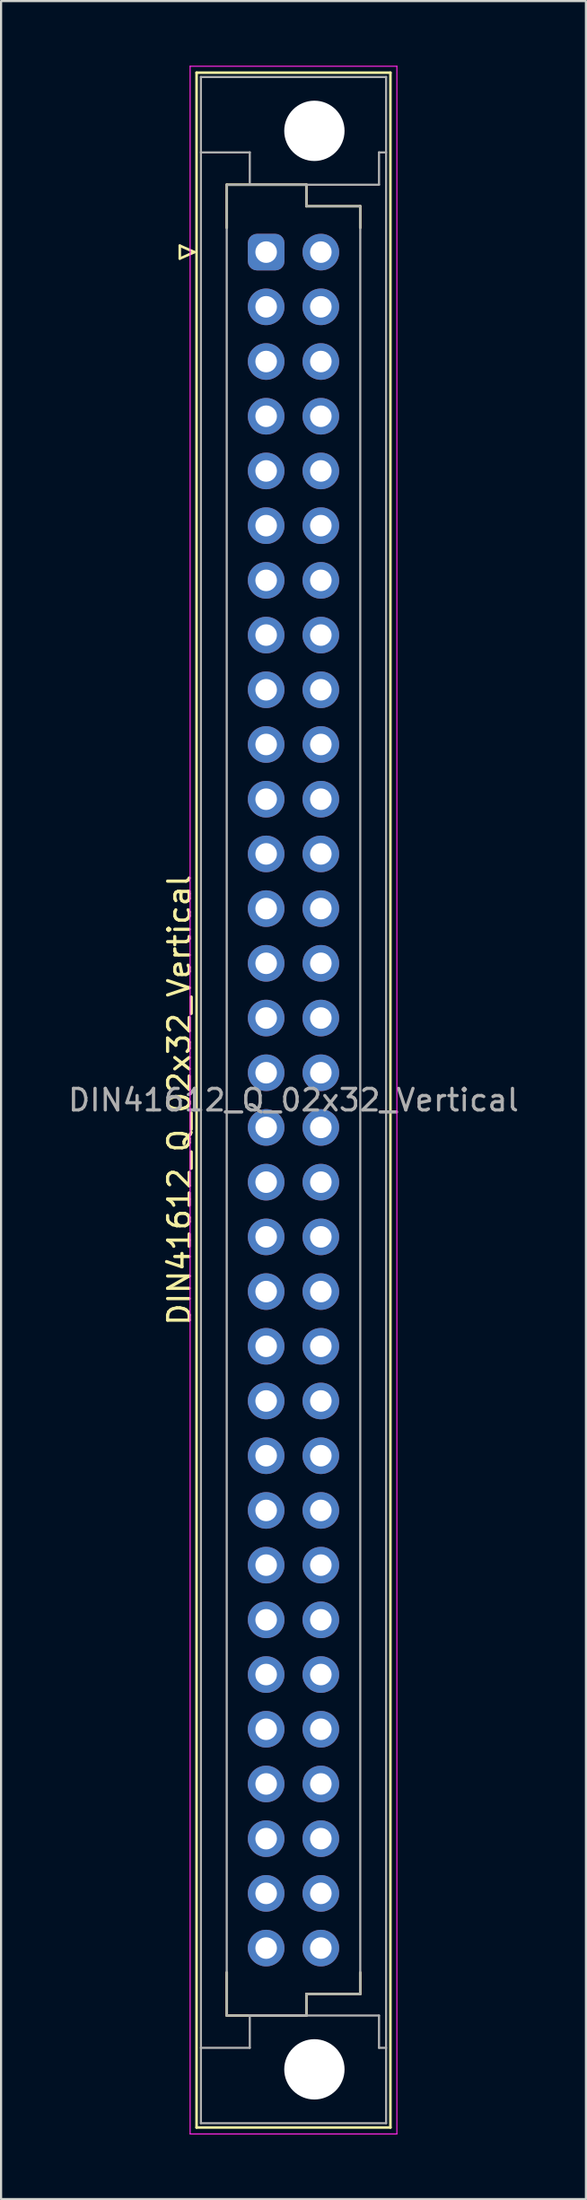
<source format=kicad_pcb>
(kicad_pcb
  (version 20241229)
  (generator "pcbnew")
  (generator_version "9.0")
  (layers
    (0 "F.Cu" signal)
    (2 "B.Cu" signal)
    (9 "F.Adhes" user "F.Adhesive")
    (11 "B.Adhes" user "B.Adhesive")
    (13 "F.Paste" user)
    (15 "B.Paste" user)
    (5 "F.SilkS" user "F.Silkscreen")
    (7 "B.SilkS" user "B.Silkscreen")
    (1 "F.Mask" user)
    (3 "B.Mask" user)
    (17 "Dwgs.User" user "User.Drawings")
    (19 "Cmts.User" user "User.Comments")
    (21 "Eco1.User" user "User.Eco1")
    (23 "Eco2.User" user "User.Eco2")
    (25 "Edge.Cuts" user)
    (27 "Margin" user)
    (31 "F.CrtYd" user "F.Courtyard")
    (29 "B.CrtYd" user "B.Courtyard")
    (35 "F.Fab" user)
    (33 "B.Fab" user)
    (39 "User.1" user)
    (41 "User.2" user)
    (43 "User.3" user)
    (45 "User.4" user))
  (footprint "DIN41612_Q_02x32_Vertical"
    (layer "F.Cu")
    (at 9.307 8.655)
    (property "Reference" "DIN41612_Q_02x32_Vertical" (at -4.03 39.37 90) (layer "F.SilkS") (effects (font (size 1 1) (thickness 0.15))))
    (attr through_hole)
    (fp_line (start -4.01 -0.3) (end -4.01 0.3) (stroke (width 0.12) (type solid)) (layer "F.SilkS"))
    (fp_line (start -4.01 0.3) (end -3.33 0) (stroke (width 0.12) (type solid)) (layer "F.SilkS"))
    (fp_line (start -3.33 0) (end -4.01 -0.3) (stroke (width 0.12) (type solid)) (layer "F.SilkS"))
    (fp_line (start -3.23 -8.33) (end 5.77 -8.33) (stroke (width 0.12) (type solid)) (layer "F.SilkS"))
    (fp_line (start -3.23 87.07) (end -3.23 -8.33) (stroke (width 0.12) (type solid)) (layer "F.SilkS"))
    (fp_line (start -1.83 -3.13) (end 1.87 -3.13) (stroke (width 0.12) (type solid)) (layer "F.SilkS"))
    (fp_line (start -1.83 -1.13) (end -1.83 -3.13) (stroke (width 0.12) (type solid)) (layer "F.SilkS"))
    (fp_line (start -1.83 79.87) (end -1.83 81.87) (stroke (width 0.12) (type solid)) (layer "F.SilkS"))
    (fp_line (start -1.83 81.87) (end 1.87 81.87) (stroke (width 0.12) (type solid)) (layer "F.SilkS"))
    (fp_line (start 1.87 -3.13) (end 1.87 -2.13) (stroke (width 0.12) (type solid)) (layer "F.SilkS"))
    (fp_line (start 1.87 -2.13) (end 4.37 -2.13) (stroke (width 0.12) (type solid)) (layer "F.SilkS"))
    (fp_line (start 1.87 80.87) (end 4.37 80.87) (stroke (width 0.12) (type solid)) (layer "F.SilkS"))
    (fp_line (start 1.87 81.87) (end 1.87 80.87) (stroke (width 0.12) (type solid)) (layer "F.SilkS"))
    (fp_line (start 4.37 -2.13) (end 4.37 -1.13) (stroke (width 0.12) (type solid)) (layer "F.SilkS"))
    (fp_line (start 4.37 80.87) (end 4.37 79.87) (stroke (width 0.12) (type solid)) (layer "F.SilkS"))
    (fp_line (start 5.77 -8.33) (end 5.77 87.07) (stroke (width 0.12) (type solid)) (layer "F.SilkS"))
    (fp_line (start 5.77 87.07) (end -3.23 87.07) (stroke (width 0.12) (type solid)) (layer "F.SilkS"))
    (fp_line (start -3.53 -8.63) (end 6.07 -8.63) (stroke (width 0.05) (type solid)) (layer "F.CrtYd"))
    (fp_line (start -3.53 87.37) (end -3.53 -8.63) (stroke (width 0.05) (type solid)) (layer "F.CrtYd"))
    (fp_line (start 6.07 -8.63) (end 6.07 87.37) (stroke (width 0.05) (type solid)) (layer "F.CrtYd"))
    (fp_line (start 6.07 87.37) (end -3.53 87.37) (stroke (width 0.05) (type solid)) (layer "F.CrtYd"))
    (fp_line (start -3.03 -8.13) (end 5.57 -8.13) (stroke (width 0.1) (type solid)) (layer "F.Fab"))
    (fp_line (start -3.03 -4.63) (end -0.76 -4.63) (stroke (width 0.1) (type solid)) (layer "F.Fab"))
    (fp_line (start -3.03 83.37) (end -0.76 83.37) (stroke (width 0.1) (type solid)) (layer "F.Fab"))
    (fp_line (start -3.03 86.87) (end -3.03 -8.13) (stroke (width 0.1) (type solid)) (layer "F.Fab"))
    (fp_line (start -1.83 -3.13) (end 1.87 -3.13) (stroke (width 0.1) (type solid)) (layer "F.Fab"))
    (fp_line (start -1.83 81.87) (end -1.83 -3.13) (stroke (width 0.1) (type solid)) (layer "F.Fab"))
    (fp_line (start -0.76 -4.63) (end -0.76 -3.13) (stroke (width 0.1) (type solid)) (layer "F.Fab"))
    (fp_line (start -0.76 -3.13) (end 5.24 -3.13) (stroke (width 0.1) (type solid)) (layer "F.Fab"))
    (fp_line (start -0.76 81.87) (end 5.24 81.87) (stroke (width 0.1) (type solid)) (layer "F.Fab"))
    (fp_line (start -0.76 83.37) (end -0.76 81.87) (stroke (width 0.1) (type solid)) (layer "F.Fab"))
    (fp_line (start 1.87 -3.13) (end 1.87 -2.13) (stroke (width 0.1) (type solid)) (layer "F.Fab"))
    (fp_line (start 1.87 -2.13) (end 4.37 -2.13) (stroke (width 0.1) (type solid)) (layer "F.Fab"))
    (fp_line (start 1.87 80.87) (end 1.87 81.87) (stroke (width 0.1) (type solid)) (layer "F.Fab"))
    (fp_line (start 1.87 81.87) (end -1.83 81.87) (stroke (width 0.1) (type solid)) (layer "F.Fab"))
    (fp_line (start 4.37 -2.13) (end 4.37 80.87) (stroke (width 0.1) (type solid)) (layer "F.Fab"))
    (fp_line (start 4.37 80.87) (end 1.87 80.87) (stroke (width 0.1) (type solid)) (layer "F.Fab"))
    (fp_line (start 5.24 -4.63) (end 5.57 -4.63) (stroke (width 0.1) (type solid)) (layer "F.Fab"))
    (fp_line (start 5.24 -3.13) (end 5.24 -4.63) (stroke (width 0.1) (type solid)) (layer "F.Fab"))
    (fp_line (start 5.24 81.87) (end 5.24 83.37) (stroke (width 0.1) (type solid)) (layer "F.Fab"))
    (fp_line (start 5.24 83.37) (end 5.57 83.37) (stroke (width 0.1) (type solid)) (layer "F.Fab"))
    (fp_line (start 5.57 -8.13) (end 5.57 86.87) (stroke (width 0.1) (type solid)) (layer "F.Fab"))
    (fp_line (start 5.57 86.87) (end -3.03 86.87) (stroke (width 0.1) (type solid)) (layer "F.Fab"))
    (fp_text user "${REFERENCE}" (at 1.27 39.37 0) (layer "F.Fab") (effects (font (size 1 1) (thickness 0.15))))
    (pad "" np_thru_hole circle (at 2.24 -5.63) (size 2.8 2.8) (drill 2.8) (layers "*.Cu" "*.Mask"))
    (pad "" np_thru_hole circle (at 2.24 84.37) (size 2.8 2.8) (drill 2.8) (layers "*.Cu" "*.Mask"))
    (pad "a1" thru_hole roundrect (at 0 0) (size 1.7 1.7) (drill 1) (layers "*.Cu" "*.Mask") (roundrect_rratio 0.25))
    (pad "a2" thru_hole circle (at 0 2.54) (size 1.7 1.7) (drill 1) (layers "*.Cu" "*.Mask"))
    (pad "a3" thru_hole circle (at 0 5.08) (size 1.7 1.7) (drill 1) (layers "*.Cu" "*.Mask"))
    (pad "a4" thru_hole circle (at 0 7.62) (size 1.7 1.7) (drill 1) (layers "*.Cu" "*.Mask"))
    (pad "a5" thru_hole circle (at 0 10.16) (size 1.7 1.7) (drill 1) (layers "*.Cu" "*.Mask"))
    (pad "a6" thru_hole circle (at 0 12.7) (size 1.7 1.7) (drill 1) (layers "*.Cu" "*.Mask"))
    (pad "a7" thru_hole circle (at 0 15.24) (size 1.7 1.7) (drill 1) (layers "*.Cu" "*.Mask"))
    (pad "a8" thru_hole circle (at 0 17.78) (size 1.7 1.7) (drill 1) (layers "*.Cu" "*.Mask"))
    (pad "a9" thru_hole circle (at 0 20.32) (size 1.7 1.7) (drill 1) (layers "*.Cu" "*.Mask"))
    (pad "a10" thru_hole circle (at 0 22.86) (size 1.7 1.7) (drill 1) (layers "*.Cu" "*.Mask"))
    (pad "a11" thru_hole circle (at 0 25.4) (size 1.7 1.7) (drill 1) (layers "*.Cu" "*.Mask"))
    (pad "a12" thru_hole circle (at 0 27.94) (size 1.7 1.7) (drill 1) (layers "*.Cu" "*.Mask"))
    (pad "a13" thru_hole circle (at 0 30.48) (size 1.7 1.7) (drill 1) (layers "*.Cu" "*.Mask"))
    (pad "a14" thru_hole circle (at 0 33.02) (size 1.7 1.7) (drill 1) (layers "*.Cu" "*.Mask"))
    (pad "a15" thru_hole circle (at 0 35.56) (size 1.7 1.7) (drill 1) (layers "*.Cu" "*.Mask"))
    (pad "a16" thru_hole circle (at 0 38.1) (size 1.7 1.7) (drill 1) (layers "*.Cu" "*.Mask"))
    (pad "a17" thru_hole circle (at 0 40.64) (size 1.7 1.7) (drill 1) (layers "*.Cu" "*.Mask"))
    (pad "a18" thru_hole circle (at 0 43.18) (size 1.7 1.7) (drill 1) (layers "*.Cu" "*.Mask"))
    (pad "a19" thru_hole circle (at 0 45.72) (size 1.7 1.7) (drill 1) (layers "*.Cu" "*.Mask"))
    (pad "a20" thru_hole circle (at 0 48.26) (size 1.7 1.7) (drill 1) (layers "*.Cu" "*.Mask"))
    (pad "a21" thru_hole circle (at 0 50.8) (size 1.7 1.7) (drill 1) (layers "*.Cu" "*.Mask"))
    (pad "a22" thru_hole circle (at 0 53.34) (size 1.7 1.7) (drill 1) (layers "*.Cu" "*.Mask"))
    (pad "a23" thru_hole circle (at 0 55.88) (size 1.7 1.7) (drill 1) (layers "*.Cu" "*.Mask"))
    (pad "a24" thru_hole circle (at 0 58.42) (size 1.7 1.7) (drill 1) (layers "*.Cu" "*.Mask"))
    (pad "a25" thru_hole circle (at 0 60.96) (size 1.7 1.7) (drill 1) (layers "*.Cu" "*.Mask"))
    (pad "a26" thru_hole circle (at 0 63.5) (size 1.7 1.7) (drill 1) (layers "*.Cu" "*.Mask"))
    (pad "a27" thru_hole circle (at 0 66.04) (size 1.7 1.7) (drill 1) (layers "*.Cu" "*.Mask"))
    (pad "a28" thru_hole circle (at 0 68.58) (size 1.7 1.7) (drill 1) (layers "*.Cu" "*.Mask"))
    (pad "a29" thru_hole circle (at 0 71.12) (size 1.7 1.7) (drill 1) (layers "*.Cu" "*.Mask"))
    (pad "a30" thru_hole circle (at 0 73.66) (size 1.7 1.7) (drill 1) (layers "*.Cu" "*.Mask"))
    (pad "a31" thru_hole circle (at 0 76.2) (size 1.7 1.7) (drill 1) (layers "*.Cu" "*.Mask"))
    (pad "a32" thru_hole circle (at 0 78.74) (size 1.7 1.7) (drill 1) (layers "*.Cu" "*.Mask"))
    (pad "b1" thru_hole circle (at 2.54 0) (size 1.7 1.7) (drill 1) (layers "*.Cu" "*.Mask"))
    (pad "b2" thru_hole circle (at 2.54 2.54) (size 1.7 1.7) (drill 1) (layers "*.Cu" "*.Mask"))
    (pad "b3" thru_hole circle (at 2.54 5.08) (size 1.7 1.7) (drill 1) (layers "*.Cu" "*.Mask"))
    (pad "b4" thru_hole circle (at 2.54 7.62) (size 1.7 1.7) (drill 1) (layers "*.Cu" "*.Mask"))
    (pad "b5" thru_hole circle (at 2.54 10.16) (size 1.7 1.7) (drill 1) (layers "*.Cu" "*.Mask"))
    (pad "b6" thru_hole circle (at 2.54 12.7) (size 1.7 1.7) (drill 1) (layers "*.Cu" "*.Mask"))
    (pad "b7" thru_hole circle (at 2.54 15.24) (size 1.7 1.7) (drill 1) (layers "*.Cu" "*.Mask"))
    (pad "b8" thru_hole circle (at 2.54 17.78) (size 1.7 1.7) (drill 1) (layers "*.Cu" "*.Mask"))
    (pad "b9" thru_hole circle (at 2.54 20.32) (size 1.7 1.7) (drill 1) (layers "*.Cu" "*.Mask"))
    (pad "b10" thru_hole circle (at 2.54 22.86) (size 1.7 1.7) (drill 1) (layers "*.Cu" "*.Mask"))
    (pad "b11" thru_hole circle (at 2.54 25.4) (size 1.7 1.7) (drill 1) (layers "*.Cu" "*.Mask"))
    (pad "b12" thru_hole circle (at 2.54 27.94) (size 1.7 1.7) (drill 1) (layers "*.Cu" "*.Mask"))
    (pad "b13" thru_hole circle (at 2.54 30.48) (size 1.7 1.7) (drill 1) (layers "*.Cu" "*.Mask"))
    (pad "b14" thru_hole circle (at 2.54 33.02) (size 1.7 1.7) (drill 1) (layers "*.Cu" "*.Mask"))
    (pad "b15" thru_hole circle (at 2.54 35.56) (size 1.7 1.7) (drill 1) (layers "*.Cu" "*.Mask"))
    (pad "b16" thru_hole circle (at 2.54 38.1) (size 1.7 1.7) (drill 1) (layers "*.Cu" "*.Mask"))
    (pad "b17" thru_hole circle (at 2.54 40.64) (size 1.7 1.7) (drill 1) (layers "*.Cu" "*.Mask"))
    (pad "b18" thru_hole circle (at 2.54 43.18) (size 1.7 1.7) (drill 1) (layers "*.Cu" "*.Mask"))
    (pad "b19" thru_hole circle (at 2.54 45.72) (size 1.7 1.7) (drill 1) (layers "*.Cu" "*.Mask"))
    (pad "b20" thru_hole circle (at 2.54 48.26) (size 1.7 1.7) (drill 1) (layers "*.Cu" "*.Mask"))
    (pad "b21" thru_hole circle (at 2.54 50.8) (size 1.7 1.7) (drill 1) (layers "*.Cu" "*.Mask"))
    (pad "b22" thru_hole circle (at 2.54 53.34) (size 1.7 1.7) (drill 1) (layers "*.Cu" "*.Mask"))
    (pad "b23" thru_hole circle (at 2.54 55.88) (size 1.7 1.7) (drill 1) (layers "*.Cu" "*.Mask"))
    (pad "b24" thru_hole circle (at 2.54 58.42) (size 1.7 1.7) (drill 1) (layers "*.Cu" "*.Mask"))
    (pad "b25" thru_hole circle (at 2.54 60.96) (size 1.7 1.7) (drill 1) (layers "*.Cu" "*.Mask"))
    (pad "b26" thru_hole circle (at 2.54 63.5) (size 1.7 1.7) (drill 1) (layers "*.Cu" "*.Mask"))
    (pad "b27" thru_hole circle (at 2.54 66.04) (size 1.7 1.7) (drill 1) (layers "*.Cu" "*.Mask"))
    (pad "b28" thru_hole circle (at 2.54 68.58) (size 1.7 1.7) (drill 1) (layers "*.Cu" "*.Mask"))
    (pad "b29" thru_hole circle (at 2.54 71.12) (size 1.7 1.7) (drill 1) (layers "*.Cu" "*.Mask"))
    (pad "b30" thru_hole circle (at 2.54 73.66) (size 1.7 1.7) (drill 1) (layers "*.Cu" "*.Mask"))
    (pad "b31" thru_hole circle (at 2.54 76.2) (size 1.7 1.7) (drill 1) (layers "*.Cu" "*.Mask"))
    (pad "b32" thru_hole circle (at 2.54 78.74) (size 1.7 1.7) (drill 1) (layers "*.Cu" "*.Mask")))
  (gr_rect
    (start -3 -3)
    (end 24.155 99.05)
    (stroke (width 0.1) (type default))
    (fill no)
    (layer "Edge.Cuts")))
</source>
